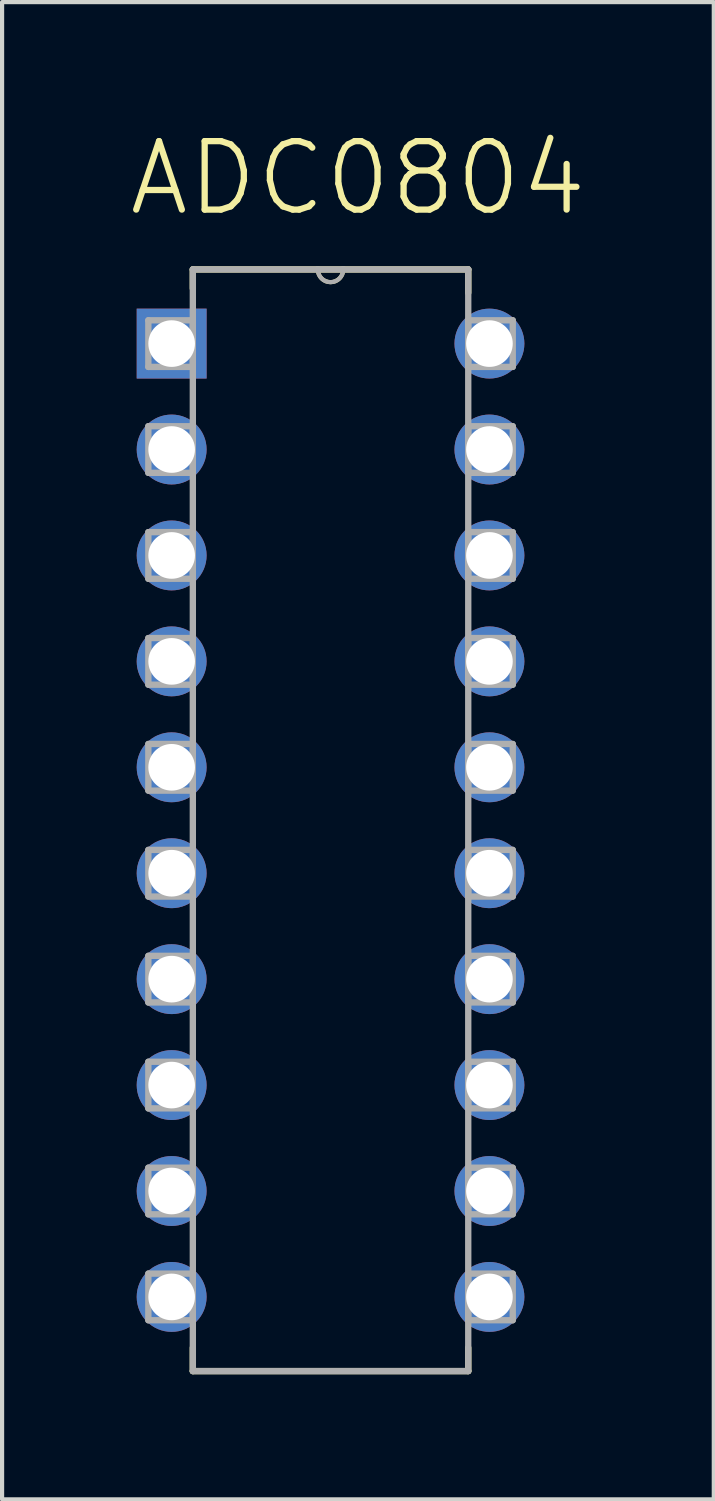
<source format=kicad_pcb>
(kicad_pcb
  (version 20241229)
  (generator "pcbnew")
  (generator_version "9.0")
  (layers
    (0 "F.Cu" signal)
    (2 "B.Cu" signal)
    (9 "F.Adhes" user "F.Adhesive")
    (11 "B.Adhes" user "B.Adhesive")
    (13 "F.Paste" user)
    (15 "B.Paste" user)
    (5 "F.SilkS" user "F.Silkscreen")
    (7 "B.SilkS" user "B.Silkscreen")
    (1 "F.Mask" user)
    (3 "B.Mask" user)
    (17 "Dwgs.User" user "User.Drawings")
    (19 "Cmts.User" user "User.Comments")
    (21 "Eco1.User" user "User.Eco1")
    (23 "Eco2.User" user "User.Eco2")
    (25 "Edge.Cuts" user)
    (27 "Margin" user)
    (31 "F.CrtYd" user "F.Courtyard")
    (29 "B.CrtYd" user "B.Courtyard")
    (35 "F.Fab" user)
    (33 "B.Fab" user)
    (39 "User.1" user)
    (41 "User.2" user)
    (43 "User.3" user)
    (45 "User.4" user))
  (footprint "ADC0804"
    (layer "F.Cu")
    (at 8.686 28.049)
    (property "Reference" "ADC0804" (at -3.153 -26.825 0) (layer "F.SilkS") (effects (font (size 1.642 1.642) (thickness 0.15))))
    (attr through_hole)
    (fp_line (start -7.112 -24.638) (end -7.112 -24.181) (stroke (width 0.152) (type solid)) (layer "F.SilkS"))
    (fp_line (start -7.112 1.219) (end -7.112 1.778) (stroke (width 0.152) (type solid)) (layer "F.SilkS"))
    (fp_line (start -7.112 1.778) (end -0.508 1.778) (stroke (width 0.152) (type solid)) (layer "F.SilkS"))
    (fp_line (start -4.115 -24.638) (end -7.112 -24.638) (stroke (width 0.152) (type solid)) (layer "F.SilkS"))
    (fp_line (start -3.505 -24.638) (end -4.115 -24.638) (stroke (width 0.152) (type solid)) (layer "F.SilkS"))
    (fp_line (start -0.508 -24.638) (end -3.505 -24.638) (stroke (width 0.152) (type solid)) (layer "F.SilkS"))
    (fp_line (start -0.508 -24.079) (end -0.508 -24.638) (stroke (width 0.152) (type solid)) (layer "F.SilkS"))
    (fp_line (start -0.508 1.778) (end -0.508 1.219) (stroke (width 0.152) (type solid)) (layer "F.SilkS"))
    (fp_arc (start -3.5052 -24.638) (mid -3.81 -24.3332) (end -4.1148 -24.638) (stroke (width 0.1) (type solid)) (layer "F.SilkS"))
    (fp_line (start -8.179 -23.419) (end -8.179 -22.301) (stroke (width 0.152) (type solid)) (layer "F.Fab"))
    (fp_line (start -8.179 -22.301) (end -7.112 -22.301) (stroke (width 0.152) (type solid)) (layer "F.Fab"))
    (fp_line (start -8.179 -20.879) (end -8.179 -19.761) (stroke (width 0.152) (type solid)) (layer "F.Fab"))
    (fp_line (start -8.179 -19.761) (end -7.112 -19.761) (stroke (width 0.152) (type solid)) (layer "F.Fab"))
    (fp_line (start -8.179 -18.339) (end -8.179 -17.221) (stroke (width 0.152) (type solid)) (layer "F.Fab"))
    (fp_line (start -8.179 -17.221) (end -7.112 -17.221) (stroke (width 0.152) (type solid)) (layer "F.Fab"))
    (fp_line (start -8.179 -15.799) (end -8.179 -14.681) (stroke (width 0.152) (type solid)) (layer "F.Fab"))
    (fp_line (start -8.179 -14.681) (end -7.112 -14.681) (stroke (width 0.152) (type solid)) (layer "F.Fab"))
    (fp_line (start -8.179 -13.259) (end -8.179 -12.141) (stroke (width 0.152) (type solid)) (layer "F.Fab"))
    (fp_line (start -8.179 -12.141) (end -7.112 -12.141) (stroke (width 0.152) (type solid)) (layer "F.Fab"))
    (fp_line (start -8.179 -10.719) (end -8.179 -9.601) (stroke (width 0.152) (type solid)) (layer "F.Fab"))
    (fp_line (start -8.179 -9.601) (end -7.112 -9.601) (stroke (width 0.152) (type solid)) (layer "F.Fab"))
    (fp_line (start -8.179 -8.179) (end -8.179 -7.061) (stroke (width 0.152) (type solid)) (layer "F.Fab"))
    (fp_line (start -8.179 -7.061) (end -7.112 -7.061) (stroke (width 0.152) (type solid)) (layer "F.Fab"))
    (fp_line (start -8.179 -5.639) (end -8.179 -4.521) (stroke (width 0.152) (type solid)) (layer "F.Fab"))
    (fp_line (start -8.179 -4.521) (end -7.112 -4.521) (stroke (width 0.152) (type solid)) (layer "F.Fab"))
    (fp_line (start -8.179 -3.099) (end -8.179 -1.981) (stroke (width 0.152) (type solid)) (layer "F.Fab"))
    (fp_line (start -8.179 -1.981) (end -7.112 -1.981) (stroke (width 0.152) (type solid)) (layer "F.Fab"))
    (fp_line (start -8.179 -0.559) (end -8.179 0.559) (stroke (width 0.152) (type solid)) (layer "F.Fab"))
    (fp_line (start -8.179 0.559) (end -7.112 0.559) (stroke (width 0.152) (type solid)) (layer "F.Fab"))
    (fp_line (start -7.112 -24.638) (end -7.112 1.778) (stroke (width 0.152) (type solid)) (layer "F.Fab"))
    (fp_line (start -7.112 -23.419) (end -8.179 -23.419) (stroke (width 0.152) (type solid)) (layer "F.Fab"))
    (fp_line (start -7.112 -22.301) (end -7.112 -23.419) (stroke (width 0.152) (type solid)) (layer "F.Fab"))
    (fp_line (start -7.112 -20.879) (end -8.179 -20.879) (stroke (width 0.152) (type solid)) (layer "F.Fab"))
    (fp_line (start -7.112 -19.761) (end -7.112 -20.879) (stroke (width 0.152) (type solid)) (layer "F.Fab"))
    (fp_line (start -7.112 -18.339) (end -8.179 -18.339) (stroke (width 0.152) (type solid)) (layer "F.Fab"))
    (fp_line (start -7.112 -17.221) (end -7.112 -18.339) (stroke (width 0.152) (type solid)) (layer "F.Fab"))
    (fp_line (start -7.112 -15.799) (end -8.179 -15.799) (stroke (width 0.152) (type solid)) (layer "F.Fab"))
    (fp_line (start -7.112 -14.681) (end -7.112 -15.799) (stroke (width 0.152) (type solid)) (layer "F.Fab"))
    (fp_line (start -7.112 -13.259) (end -8.179 -13.259) (stroke (width 0.152) (type solid)) (layer "F.Fab"))
    (fp_line (start -7.112 -12.141) (end -7.112 -13.259) (stroke (width 0.152) (type solid)) (layer "F.Fab"))
    (fp_line (start -7.112 -10.719) (end -8.179 -10.719) (stroke (width 0.152) (type solid)) (layer "F.Fab"))
    (fp_line (start -7.112 -9.601) (end -7.112 -10.719) (stroke (width 0.152) (type solid)) (layer "F.Fab"))
    (fp_line (start -7.112 -8.179) (end -8.179 -8.179) (stroke (width 0.152) (type solid)) (layer "F.Fab"))
    (fp_line (start -7.112 -7.061) (end -7.112 -8.179) (stroke (width 0.152) (type solid)) (layer "F.Fab"))
    (fp_line (start -7.112 -5.639) (end -8.179 -5.639) (stroke (width 0.152) (type solid)) (layer "F.Fab"))
    (fp_line (start -7.112 -4.521) (end -7.112 -5.639) (stroke (width 0.152) (type solid)) (layer "F.Fab"))
    (fp_line (start -7.112 -3.099) (end -8.179 -3.099) (stroke (width 0.152) (type solid)) (layer "F.Fab"))
    (fp_line (start -7.112 -1.981) (end -7.112 -3.099) (stroke (width 0.152) (type solid)) (layer "F.Fab"))
    (fp_line (start -7.112 -0.559) (end -8.179 -0.559) (stroke (width 0.152) (type solid)) (layer "F.Fab"))
    (fp_line (start -7.112 0.559) (end -7.112 -0.559) (stroke (width 0.152) (type solid)) (layer "F.Fab"))
    (fp_line (start -7.112 1.778) (end -0.508 1.778) (stroke (width 0.152) (type solid)) (layer "F.Fab"))
    (fp_line (start -4.115 -24.638) (end -7.112 -24.638) (stroke (width 0.152) (type solid)) (layer "F.Fab"))
    (fp_line (start -3.505 -24.638) (end -4.115 -24.638) (stroke (width 0.152) (type solid)) (layer "F.Fab"))
    (fp_line (start -0.508 -24.638) (end -3.505 -24.638) (stroke (width 0.152) (type solid)) (layer "F.Fab"))
    (fp_line (start -0.508 -23.419) (end -0.508 -22.301) (stroke (width 0.152) (type solid)) (layer "F.Fab"))
    (fp_line (start -0.508 -22.301) (end 0.559 -22.301) (stroke (width 0.152) (type solid)) (layer "F.Fab"))
    (fp_line (start -0.508 -20.879) (end -0.508 -19.761) (stroke (width 0.152) (type solid)) (layer "F.Fab"))
    (fp_line (start -0.508 -19.761) (end 0.559 -19.761) (stroke (width 0.152) (type solid)) (layer "F.Fab"))
    (fp_line (start -0.508 -18.339) (end -0.508 -17.221) (stroke (width 0.152) (type solid)) (layer "F.Fab"))
    (fp_line (start -0.508 -17.221) (end 0.559 -17.221) (stroke (width 0.152) (type solid)) (layer "F.Fab"))
    (fp_line (start -0.508 -15.799) (end -0.508 -14.681) (stroke (width 0.152) (type solid)) (layer "F.Fab"))
    (fp_line (start -0.508 -14.681) (end 0.559 -14.681) (stroke (width 0.152) (type solid)) (layer "F.Fab"))
    (fp_line (start -0.508 -13.259) (end -0.508 -12.141) (stroke (width 0.152) (type solid)) (layer "F.Fab"))
    (fp_line (start -0.508 -12.141) (end 0.559 -12.141) (stroke (width 0.152) (type solid)) (layer "F.Fab"))
    (fp_line (start -0.508 -10.719) (end -0.508 -9.601) (stroke (width 0.152) (type solid)) (layer "F.Fab"))
    (fp_line (start -0.508 -9.601) (end 0.559 -9.601) (stroke (width 0.152) (type solid)) (layer "F.Fab"))
    (fp_line (start -0.508 -8.179) (end -0.508 -7.061) (stroke (width 0.152) (type solid)) (layer "F.Fab"))
    (fp_line (start -0.508 -7.061) (end 0.559 -7.061) (stroke (width 0.152) (type solid)) (layer "F.Fab"))
    (fp_line (start -0.508 -5.639) (end -0.508 -4.521) (stroke (width 0.152) (type solid)) (layer "F.Fab"))
    (fp_line (start -0.508 -4.521) (end 0.559 -4.521) (stroke (width 0.152) (type solid)) (layer "F.Fab"))
    (fp_line (start -0.508 -3.099) (end -0.508 -1.981) (stroke (width 0.152) (type solid)) (layer "F.Fab"))
    (fp_line (start -0.508 -1.981) (end 0.559 -1.981) (stroke (width 0.152) (type solid)) (layer "F.Fab"))
    (fp_line (start -0.508 -0.559) (end -0.508 0.559) (stroke (width 0.152) (type solid)) (layer "F.Fab"))
    (fp_line (start -0.508 0.559) (end 0.559 0.559) (stroke (width 0.152) (type solid)) (layer "F.Fab"))
    (fp_line (start -0.508 1.778) (end -0.508 -24.638) (stroke (width 0.152) (type solid)) (layer "F.Fab"))
    (fp_line (start 0.559 -23.419) (end -0.508 -23.419) (stroke (width 0.152) (type solid)) (layer "F.Fab"))
    (fp_line (start 0.559 -22.301) (end 0.559 -23.419) (stroke (width 0.152) (type solid)) (layer "F.Fab"))
    (fp_line (start 0.559 -20.879) (end -0.508 -20.879) (stroke (width 0.152) (type solid)) (layer "F.Fab"))
    (fp_line (start 0.559 -19.761) (end 0.559 -20.879) (stroke (width 0.152) (type solid)) (layer "F.Fab"))
    (fp_line (start 0.559 -18.339) (end -0.508 -18.339) (stroke (width 0.152) (type solid)) (layer "F.Fab"))
    (fp_line (start 0.559 -17.221) (end 0.559 -18.339) (stroke (width 0.152) (type solid)) (layer "F.Fab"))
    (fp_line (start 0.559 -15.799) (end -0.508 -15.799) (stroke (width 0.152) (type solid)) (layer "F.Fab"))
    (fp_line (start 0.559 -14.681) (end 0.559 -15.799) (stroke (width 0.152) (type solid)) (layer "F.Fab"))
    (fp_line (start 0.559 -13.259) (end -0.508 -13.259) (stroke (width 0.152) (type solid)) (layer "F.Fab"))
    (fp_line (start 0.559 -12.141) (end 0.559 -13.259) (stroke (width 0.152) (type solid)) (layer "F.Fab"))
    (fp_line (start 0.559 -10.719) (end -0.508 -10.719) (stroke (width 0.152) (type solid)) (layer "F.Fab"))
    (fp_line (start 0.559 -9.601) (end 0.559 -10.719) (stroke (width 0.152) (type solid)) (layer "F.Fab"))
    (fp_line (start 0.559 -8.179) (end -0.508 -8.179) (stroke (width 0.152) (type solid)) (layer "F.Fab"))
    (fp_line (start 0.559 -7.061) (end 0.559 -8.179) (stroke (width 0.152) (type solid)) (layer "F.Fab"))
    (fp_line (start 0.559 -5.639) (end -0.508 -5.639) (stroke (width 0.152) (type solid)) (layer "F.Fab"))
    (fp_line (start 0.559 -4.521) (end 0.559 -5.639) (stroke (width 0.152) (type solid)) (layer "F.Fab"))
    (fp_line (start 0.559 -3.099) (end -0.508 -3.099) (stroke (width 0.152) (type solid)) (layer "F.Fab"))
    (fp_line (start 0.559 -1.981) (end 0.559 -3.099) (stroke (width 0.152) (type solid)) (layer "F.Fab"))
    (fp_line (start 0.559 -0.559) (end -0.508 -0.559) (stroke (width 0.152) (type solid)) (layer "F.Fab"))
    (fp_line (start 0.559 0.559) (end 0.559 -0.559) (stroke (width 0.152) (type solid)) (layer "F.Fab"))
    (fp_arc (start -3.5052 -24.638) (mid -3.81 -24.3332) (end -4.1148 -24.638) (stroke (width 0.1) (type solid)) (layer "F.Fab"))
    (pad "1" thru_hole rect (at -7.62 -22.86) (size 1.676 1.676) (drill 1.118) (layers "*.Cu" "*.Mask"))
    (pad "2" thru_hole circle (at -7.62 -20.32) (size 1.676 1.676) (drill 1.118) (layers "*.Cu" "*.Mask"))
    (pad "3" thru_hole circle (at -7.62 -17.78) (size 1.676 1.676) (drill 1.118) (layers "*.Cu" "*.Mask"))
    (pad "4" thru_hole circle (at -7.62 -15.24) (size 1.676 1.676) (drill 1.118) (layers "*.Cu" "*.Mask"))
    (pad "5" thru_hole circle (at -7.62 -12.7) (size 1.676 1.676) (drill 1.118) (layers "*.Cu" "*.Mask"))
    (pad "6" thru_hole circle (at -7.62 -10.16) (size 1.676 1.676) (drill 1.118) (layers "*.Cu" "*.Mask"))
    (pad "7" thru_hole circle (at -7.62 -7.62) (size 1.676 1.676) (drill 1.118) (layers "*.Cu" "*.Mask"))
    (pad "8" thru_hole circle (at -7.62 -5.08) (size 1.676 1.676) (drill 1.118) (layers "*.Cu" "*.Mask"))
    (pad "9" thru_hole circle (at -7.62 -2.54) (size 1.676 1.676) (drill 1.118) (layers "*.Cu" "*.Mask"))
    (pad "10" thru_hole circle (at -7.62 0) (size 1.676 1.676) (drill 1.118) (layers "*.Cu" "*.Mask"))
    (pad "11" thru_hole circle (at 0 0) (size 1.676 1.676) (drill 1.118) (layers "*.Cu" "*.Mask"))
    (pad "12" thru_hole circle (at 0 -2.54) (size 1.676 1.676) (drill 1.118) (layers "*.Cu" "*.Mask"))
    (pad "13" thru_hole circle (at 0 -5.08) (size 1.676 1.676) (drill 1.118) (layers "*.Cu" "*.Mask"))
    (pad "14" thru_hole circle (at 0 -7.62) (size 1.676 1.676) (drill 1.118) (layers "*.Cu" "*.Mask"))
    (pad "15" thru_hole circle (at 0 -10.16) (size 1.676 1.676) (drill 1.118) (layers "*.Cu" "*.Mask"))
    (pad "16" thru_hole circle (at 0 -12.7) (size 1.676 1.676) (drill 1.118) (layers "*.Cu" "*.Mask"))
    (pad "17" thru_hole circle (at 0 -15.24) (size 1.676 1.676) (drill 1.118) (layers "*.Cu" "*.Mask"))
    (pad "18" thru_hole circle (at 0 -17.78) (size 1.676 1.676) (drill 1.118) (layers "*.Cu" "*.Mask"))
    (pad "19" thru_hole circle (at 0 -20.32) (size 1.676 1.676) (drill 1.118) (layers "*.Cu" "*.Mask"))
    (pad "20" thru_hole circle (at 0 -22.86) (size 1.676 1.676) (drill 1.118) (layers "*.Cu" "*.Mask")))
  (gr_rect
    (start -3 -3)
    (end 14.066 32.903)
    (stroke (width 0.1) (type default))
    (fill no)
    (layer "Edge.Cuts")))
</source>
